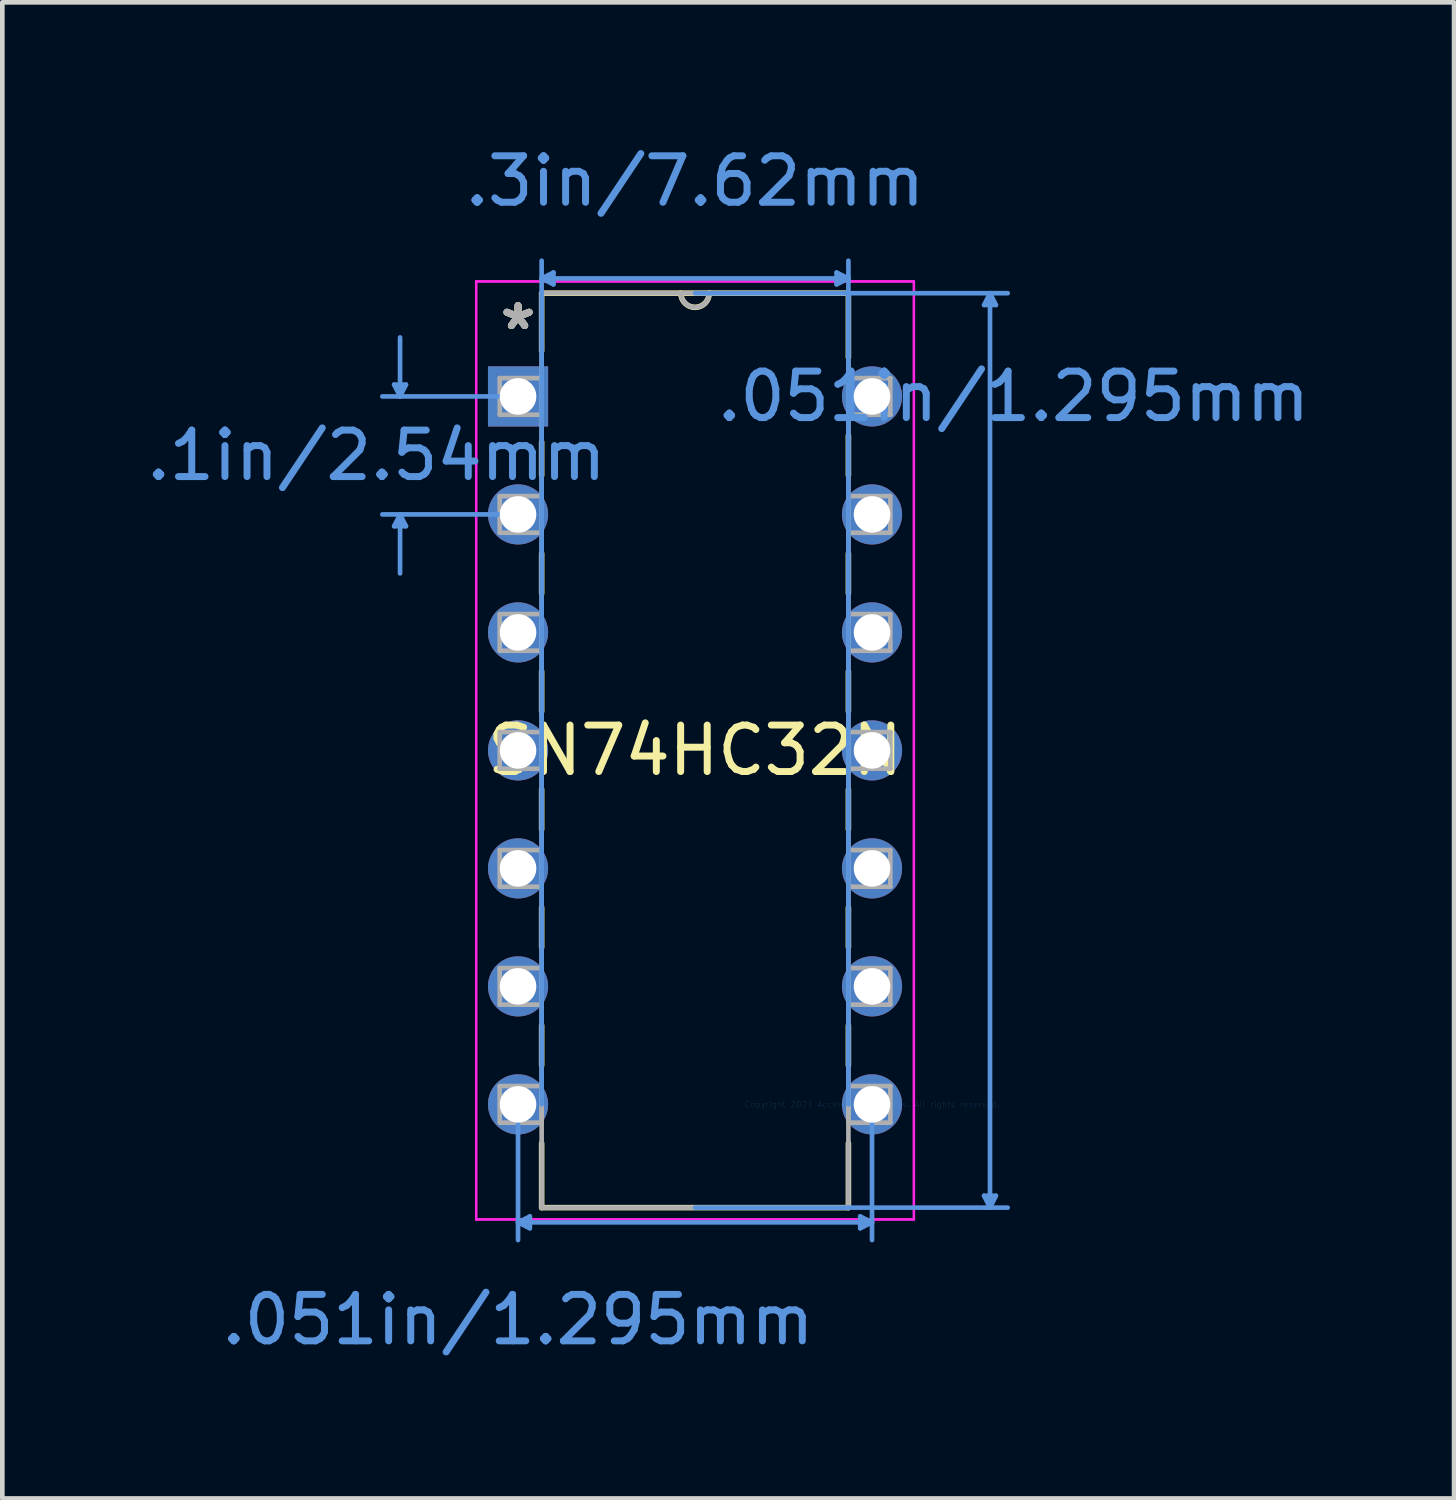
<source format=kicad_pcb>
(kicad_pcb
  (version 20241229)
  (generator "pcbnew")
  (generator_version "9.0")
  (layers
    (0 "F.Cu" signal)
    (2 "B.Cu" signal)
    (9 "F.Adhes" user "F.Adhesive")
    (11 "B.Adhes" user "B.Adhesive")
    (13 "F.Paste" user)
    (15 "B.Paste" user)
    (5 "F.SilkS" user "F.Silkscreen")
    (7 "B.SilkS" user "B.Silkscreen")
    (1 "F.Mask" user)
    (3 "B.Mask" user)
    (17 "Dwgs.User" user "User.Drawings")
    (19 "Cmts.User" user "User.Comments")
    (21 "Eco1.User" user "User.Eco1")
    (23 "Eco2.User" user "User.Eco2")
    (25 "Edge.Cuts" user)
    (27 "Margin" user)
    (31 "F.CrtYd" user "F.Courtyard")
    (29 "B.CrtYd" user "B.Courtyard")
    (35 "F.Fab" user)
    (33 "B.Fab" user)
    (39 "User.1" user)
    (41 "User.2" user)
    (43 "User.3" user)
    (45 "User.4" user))
  (footprint "SN74HC32N"
    (layer "F.Cu")
    (at 15.722 20.724)
    (property "Reference" "SN74HC32N" (at -3.81 -7.62 0) (layer "F.SilkS") (effects (font (size 1 1) (thickness 0.15))))
    (attr through_hole)
    (fp_line (start -7.112 -17.462) (end -7.112 -16.22) (stroke (width 0.12) (type solid)) (layer "F.SilkS"))
    (fp_line (start -7.112 -14.26) (end -7.112 -13.539) (stroke (width 0.12) (type solid)) (layer "F.SilkS"))
    (fp_line (start -7.112 -11.861) (end -7.112 -10.999) (stroke (width 0.12) (type solid)) (layer "F.SilkS"))
    (fp_line (start -7.112 -9.321) (end -7.112 -8.459) (stroke (width 0.12) (type solid)) (layer "F.SilkS"))
    (fp_line (start -7.112 -6.781) (end -7.112 -5.919) (stroke (width 0.12) (type solid)) (layer "F.SilkS"))
    (fp_line (start -7.112 -4.241) (end -7.112 -3.379) (stroke (width 0.12) (type solid)) (layer "F.SilkS"))
    (fp_line (start -7.112 -1.701) (end -7.112 -0.839) (stroke (width 0.12) (type solid)) (layer "F.SilkS"))
    (fp_line (start -7.112 0.839) (end -7.112 2.223) (stroke (width 0.12) (type solid)) (layer "F.SilkS"))
    (fp_line (start -7.112 2.223) (end -0.508 2.223) (stroke (width 0.12) (type solid)) (layer "F.SilkS"))
    (fp_line (start -0.508 -17.462) (end -7.112 -17.462) (stroke (width 0.12) (type solid)) (layer "F.SilkS"))
    (fp_line (start -0.508 -16.079) (end -0.508 -17.462) (stroke (width 0.12) (type solid)) (layer "F.SilkS"))
    (fp_line (start -0.508 -13.539) (end -0.508 -14.401) (stroke (width 0.12) (type solid)) (layer "F.SilkS"))
    (fp_line (start -0.508 -10.999) (end -0.508 -11.861) (stroke (width 0.12) (type solid)) (layer "F.SilkS"))
    (fp_line (start -0.508 -8.459) (end -0.508 -9.321) (stroke (width 0.12) (type solid)) (layer "F.SilkS"))
    (fp_line (start -0.508 -5.919) (end -0.508 -6.781) (stroke (width 0.12) (type solid)) (layer "F.SilkS"))
    (fp_line (start -0.508 -3.379) (end -0.508 -4.241) (stroke (width 0.12) (type solid)) (layer "F.SilkS"))
    (fp_line (start -0.508 -0.839) (end -0.508 -1.701) (stroke (width 0.12) (type solid)) (layer "F.SilkS"))
    (fp_line (start -0.508 2.223) (end -0.508 0.839) (stroke (width 0.12) (type solid)) (layer "F.SilkS"))
    (fp_arc (start -3.5052 -17.4625) (mid -3.81 -17.1577) (end -4.1148 -17.4625) (stroke (width 0.12) (type solid)) (layer "F.SilkS"))
    (fp_line (start -10.287 -15.494) (end -10.033 -15.494) (stroke (width 0.1) (type solid)) (layer "Cmts.User"))
    (fp_line (start -10.287 -12.446) (end -10.033 -12.446) (stroke (width 0.1) (type solid)) (layer "Cmts.User"))
    (fp_line (start -10.16 -15.24) (end -10.287 -15.494) (stroke (width 0.1) (type solid)) (layer "Cmts.User"))
    (fp_line (start -10.16 -15.24) (end -10.16 -16.51) (stroke (width 0.1) (type solid)) (layer "Cmts.User"))
    (fp_line (start -10.16 -15.24) (end -10.033 -15.494) (stroke (width 0.1) (type solid)) (layer "Cmts.User"))
    (fp_line (start -10.16 -12.7) (end -10.287 -12.446) (stroke (width 0.1) (type solid)) (layer "Cmts.User"))
    (fp_line (start -10.16 -12.7) (end -10.16 -11.43) (stroke (width 0.1) (type solid)) (layer "Cmts.User"))
    (fp_line (start -10.16 -12.7) (end -10.033 -12.446) (stroke (width 0.1) (type solid)) (layer "Cmts.User"))
    (fp_line (start -7.62 -15.24) (end -10.541 -15.24) (stroke (width 0.1) (type solid)) (layer "Cmts.User"))
    (fp_line (start -7.62 -12.7) (end -10.541 -12.7) (stroke (width 0.1) (type solid)) (layer "Cmts.User"))
    (fp_line (start -7.62 0) (end -7.62 2.921) (stroke (width 0.1) (type solid)) (layer "Cmts.User"))
    (fp_line (start -7.62 2.54) (end -7.366 2.413) (stroke (width 0.1) (type solid)) (layer "Cmts.User"))
    (fp_line (start -7.62 2.54) (end -7.366 2.667) (stroke (width 0.1) (type solid)) (layer "Cmts.User"))
    (fp_line (start -7.62 2.54) (end 0 2.54) (stroke (width 0.1) (type solid)) (layer "Cmts.User"))
    (fp_line (start -7.366 2.413) (end -7.366 2.667) (stroke (width 0.1) (type solid)) (layer "Cmts.User"))
    (fp_line (start -7.112 -17.78) (end -6.858 -17.907) (stroke (width 0.1) (type solid)) (layer "Cmts.User"))
    (fp_line (start -7.112 -17.78) (end -6.858 -17.653) (stroke (width 0.1) (type solid)) (layer "Cmts.User"))
    (fp_line (start -7.112 -17.78) (end -0.508 -17.78) (stroke (width 0.1) (type solid)) (layer "Cmts.User"))
    (fp_line (start -7.112 0) (end -7.112 -18.161) (stroke (width 0.1) (type solid)) (layer "Cmts.User"))
    (fp_line (start -6.858 -17.907) (end -6.858 -17.653) (stroke (width 0.1) (type solid)) (layer "Cmts.User"))
    (fp_line (start -3.81 -17.462) (end 2.921 -17.462) (stroke (width 0.1) (type solid)) (layer "Cmts.User"))
    (fp_line (start -3.81 2.223) (end 2.921 2.223) (stroke (width 0.1) (type solid)) (layer "Cmts.User"))
    (fp_line (start -0.762 -17.907) (end -0.762 -17.653) (stroke (width 0.1) (type solid)) (layer "Cmts.User"))
    (fp_line (start -0.508 -17.78) (end -0.762 -17.907) (stroke (width 0.1) (type solid)) (layer "Cmts.User"))
    (fp_line (start -0.508 -17.78) (end -0.762 -17.653) (stroke (width 0.1) (type solid)) (layer "Cmts.User"))
    (fp_line (start -0.508 0) (end -0.508 -18.161) (stroke (width 0.1) (type solid)) (layer "Cmts.User"))
    (fp_line (start -0.254 2.413) (end -0.254 2.667) (stroke (width 0.1) (type solid)) (layer "Cmts.User"))
    (fp_line (start 0 0) (end 0 2.921) (stroke (width 0.1) (type solid)) (layer "Cmts.User"))
    (fp_line (start 0 2.54) (end -0.254 2.413) (stroke (width 0.1) (type solid)) (layer "Cmts.User"))
    (fp_line (start 0 2.54) (end -0.254 2.667) (stroke (width 0.1) (type solid)) (layer "Cmts.User"))
    (fp_line (start 2.413 -17.209) (end 2.667 -17.209) (stroke (width 0.1) (type solid)) (layer "Cmts.User"))
    (fp_line (start 2.413 1.968) (end 2.667 1.968) (stroke (width 0.1) (type solid)) (layer "Cmts.User"))
    (fp_line (start 2.54 -17.462) (end 2.413 -17.209) (stroke (width 0.1) (type solid)) (layer "Cmts.User"))
    (fp_line (start 2.54 -17.462) (end 2.54 2.223) (stroke (width 0.1) (type solid)) (layer "Cmts.User"))
    (fp_line (start 2.54 -17.462) (end 2.667 -17.209) (stroke (width 0.1) (type solid)) (layer "Cmts.User"))
    (fp_line (start 2.54 2.223) (end 2.413 1.968) (stroke (width 0.1) (type solid)) (layer "Cmts.User"))
    (fp_line (start 2.54 2.223) (end 2.667 1.968) (stroke (width 0.1) (type solid)) (layer "Cmts.User"))
    (fp_line (start -8.522 -17.716) (end -8.522 2.477) (stroke (width 0.05) (type solid)) (layer "F.CrtYd"))
    (fp_line (start -8.522 -17.716) (end 0.902 -17.716) (stroke (width 0.05) (type solid)) (layer "F.CrtYd"))
    (fp_line (start -8.522 2.477) (end -8.522 -17.716) (stroke (width 0.05) (type solid)) (layer "F.CrtYd"))
    (fp_line (start -8.522 2.477) (end 0.902 2.477) (stroke (width 0.05) (type solid)) (layer "F.CrtYd"))
    (fp_line (start 0.902 -17.716) (end -8.522 -17.716) (stroke (width 0.05) (type solid)) (layer "F.CrtYd"))
    (fp_line (start 0.902 -17.716) (end 0.902 2.477) (stroke (width 0.05) (type solid)) (layer "F.CrtYd"))
    (fp_line (start 0.902 2.477) (end -8.522 2.477) (stroke (width 0.05) (type solid)) (layer "F.CrtYd"))
    (fp_line (start 0.902 2.477) (end 0.902 -17.716) (stroke (width 0.05) (type solid)) (layer "F.CrtYd"))
    (fp_line (start -8.014 -15.634) (end -8.014 -14.846) (stroke (width 0.1) (type solid)) (layer "F.Fab"))
    (fp_line (start -8.014 -14.846) (end -7.112 -14.846) (stroke (width 0.1) (type solid)) (layer "F.Fab"))
    (fp_line (start -8.014 -13.094) (end -8.014 -12.306) (stroke (width 0.1) (type solid)) (layer "F.Fab"))
    (fp_line (start -8.014 -12.306) (end -7.112 -12.306) (stroke (width 0.1) (type solid)) (layer "F.Fab"))
    (fp_line (start -8.014 -10.554) (end -8.014 -9.766) (stroke (width 0.1) (type solid)) (layer "F.Fab"))
    (fp_line (start -8.014 -9.766) (end -7.112 -9.766) (stroke (width 0.1) (type solid)) (layer "F.Fab"))
    (fp_line (start -8.014 -8.014) (end -8.014 -7.226) (stroke (width 0.1) (type solid)) (layer "F.Fab"))
    (fp_line (start -8.014 -7.226) (end -7.112 -7.226) (stroke (width 0.1) (type solid)) (layer "F.Fab"))
    (fp_line (start -8.014 -5.474) (end -8.014 -4.686) (stroke (width 0.1) (type solid)) (layer "F.Fab"))
    (fp_line (start -8.014 -4.686) (end -7.112 -4.686) (stroke (width 0.1) (type solid)) (layer "F.Fab"))
    (fp_line (start -8.014 -2.934) (end -8.014 -2.146) (stroke (width 0.1) (type solid)) (layer "F.Fab"))
    (fp_line (start -8.014 -2.146) (end -7.112 -2.146) (stroke (width 0.1) (type solid)) (layer "F.Fab"))
    (fp_line (start -8.014 -0.394) (end -8.014 0.394) (stroke (width 0.1) (type solid)) (layer "F.Fab"))
    (fp_line (start -8.014 0.394) (end -7.112 0.394) (stroke (width 0.1) (type solid)) (layer "F.Fab"))
    (fp_line (start -7.112 -17.462) (end -7.112 2.223) (stroke (width 0.1) (type solid)) (layer "F.Fab"))
    (fp_line (start -7.112 -15.634) (end -8.014 -15.634) (stroke (width 0.1) (type solid)) (layer "F.Fab"))
    (fp_line (start -7.112 -14.846) (end -7.112 -15.634) (stroke (width 0.1) (type solid)) (layer "F.Fab"))
    (fp_line (start -7.112 -13.094) (end -8.014 -13.094) (stroke (width 0.1) (type solid)) (layer "F.Fab"))
    (fp_line (start -7.112 -12.306) (end -7.112 -13.094) (stroke (width 0.1) (type solid)) (layer "F.Fab"))
    (fp_line (start -7.112 -10.554) (end -8.014 -10.554) (stroke (width 0.1) (type solid)) (layer "F.Fab"))
    (fp_line (start -7.112 -9.766) (end -7.112 -10.554) (stroke (width 0.1) (type solid)) (layer "F.Fab"))
    (fp_line (start -7.112 -8.014) (end -8.014 -8.014) (stroke (width 0.1) (type solid)) (layer "F.Fab"))
    (fp_line (start -7.112 -7.226) (end -7.112 -8.014) (stroke (width 0.1) (type solid)) (layer "F.Fab"))
    (fp_line (start -7.112 -5.474) (end -8.014 -5.474) (stroke (width 0.1) (type solid)) (layer "F.Fab"))
    (fp_line (start -7.112 -4.686) (end -7.112 -5.474) (stroke (width 0.1) (type solid)) (layer "F.Fab"))
    (fp_line (start -7.112 -2.934) (end -8.014 -2.934) (stroke (width 0.1) (type solid)) (layer "F.Fab"))
    (fp_line (start -7.112 -2.146) (end -7.112 -2.934) (stroke (width 0.1) (type solid)) (layer "F.Fab"))
    (fp_line (start -7.112 -0.394) (end -8.014 -0.394) (stroke (width 0.1) (type solid)) (layer "F.Fab"))
    (fp_line (start -7.112 0.394) (end -7.112 -0.394) (stroke (width 0.1) (type solid)) (layer "F.Fab"))
    (fp_line (start -7.112 2.223) (end -0.508 2.223) (stroke (width 0.1) (type solid)) (layer "F.Fab"))
    (fp_line (start -0.508 -17.462) (end -7.112 -17.462) (stroke (width 0.1) (type solid)) (layer "F.Fab"))
    (fp_line (start -0.508 -15.634) (end -0.508 -14.846) (stroke (width 0.1) (type solid)) (layer "F.Fab"))
    (fp_line (start -0.508 -14.846) (end 0.394 -14.846) (stroke (width 0.1) (type solid)) (layer "F.Fab"))
    (fp_line (start -0.508 -13.094) (end -0.508 -12.306) (stroke (width 0.1) (type solid)) (layer "F.Fab"))
    (fp_line (start -0.508 -12.306) (end 0.394 -12.306) (stroke (width 0.1) (type solid)) (layer "F.Fab"))
    (fp_line (start -0.508 -10.554) (end -0.508 -9.766) (stroke (width 0.1) (type solid)) (layer "F.Fab"))
    (fp_line (start -0.508 -9.766) (end 0.394 -9.766) (stroke (width 0.1) (type solid)) (layer "F.Fab"))
    (fp_line (start -0.508 -8.014) (end -0.508 -7.226) (stroke (width 0.1) (type solid)) (layer "F.Fab"))
    (fp_line (start -0.508 -7.226) (end 0.394 -7.226) (stroke (width 0.1) (type solid)) (layer "F.Fab"))
    (fp_line (start -0.508 -5.474) (end -0.508 -4.686) (stroke (width 0.1) (type solid)) (layer "F.Fab"))
    (fp_line (start -0.508 -4.686) (end 0.394 -4.686) (stroke (width 0.1) (type solid)) (layer "F.Fab"))
    (fp_line (start -0.508 -2.934) (end -0.508 -2.146) (stroke (width 0.1) (type solid)) (layer "F.Fab"))
    (fp_line (start -0.508 -2.146) (end 0.394 -2.146) (stroke (width 0.1) (type solid)) (layer "F.Fab"))
    (fp_line (start -0.508 -0.394) (end -0.508 0.394) (stroke (width 0.1) (type solid)) (layer "F.Fab"))
    (fp_line (start -0.508 0.394) (end 0.394 0.394) (stroke (width 0.1) (type solid)) (layer "F.Fab"))
    (fp_line (start -0.508 2.223) (end -0.508 -17.462) (stroke (width 0.1) (type solid)) (layer "F.Fab"))
    (fp_line (start 0.394 -15.634) (end -0.508 -15.634) (stroke (width 0.1) (type solid)) (layer "F.Fab"))
    (fp_line (start 0.394 -14.846) (end 0.394 -15.634) (stroke (width 0.1) (type solid)) (layer "F.Fab"))
    (fp_line (start 0.394 -13.094) (end -0.508 -13.094) (stroke (width 0.1) (type solid)) (layer "F.Fab"))
    (fp_line (start 0.394 -12.306) (end 0.394 -13.094) (stroke (width 0.1) (type solid)) (layer "F.Fab"))
    (fp_line (start 0.394 -10.554) (end -0.508 -10.554) (stroke (width 0.1) (type solid)) (layer "F.Fab"))
    (fp_line (start 0.394 -9.766) (end 0.394 -10.554) (stroke (width 0.1) (type solid)) (layer "F.Fab"))
    (fp_line (start 0.394 -8.014) (end -0.508 -8.014) (stroke (width 0.1) (type solid)) (layer "F.Fab"))
    (fp_line (start 0.394 -7.226) (end 0.394 -8.014) (stroke (width 0.1) (type solid)) (layer "F.Fab"))
    (fp_line (start 0.394 -5.474) (end -0.508 -5.474) (stroke (width 0.1) (type solid)) (layer "F.Fab"))
    (fp_line (start 0.394 -4.686) (end 0.394 -5.474) (stroke (width 0.1) (type solid)) (layer "F.Fab"))
    (fp_line (start 0.394 -2.934) (end -0.508 -2.934) (stroke (width 0.1) (type solid)) (layer "F.Fab"))
    (fp_line (start 0.394 -2.146) (end 0.394 -2.934) (stroke (width 0.1) (type solid)) (layer "F.Fab"))
    (fp_line (start 0.394 -0.394) (end -0.508 -0.394) (stroke (width 0.1) (type solid)) (layer "F.Fab"))
    (fp_line (start 0.394 0.394) (end 0.394 -0.394) (stroke (width 0.1) (type solid)) (layer "F.Fab"))
    (fp_arc (start -3.5052 -17.4625) (mid -3.81 -17.1577) (end -4.1148 -17.4625) (stroke (width 0.1) (type solid)) (layer "F.Fab"))
    (fp_text user "*" (at -7.62 -16.65 0) (layer "F.SilkS") (effects (font (size 1 1) (thickness 0.15))))
    (fp_text user "*" (at -7.62 -16.65 0) (layer "F.SilkS") (effects (font (size 1 1) (thickness 0.15))))
    (fp_text user ".051in/1.295mm" (at -7.62 4.636 0) (layer "Cmts.User") (effects (font (size 1 1) (thickness 0.15))))
    (fp_text user "Copyright 2021 Accelerated Designs. All rights reserved." (at 0 0 0) (layer "Cmts.User") (effects (font (size 0.127 0.127) (thickness 0.002))))
    (fp_text user ".051in/1.295mm" (at 3.048 -15.24 0) (layer "Cmts.User") (effects (font (size 1 1) (thickness 0.15))))
    (fp_text user ".1in/2.54mm" (at -10.668 -13.97 0) (layer "Cmts.User") (effects (font (size 1 1) (thickness 0.15))))
    (fp_text user ".3in/7.62mm" (at -3.81 -19.875 0) (layer "Cmts.User") (effects (font (size 1 1) (thickness 0.15))))
    (fp_text user "*" (at -7.62 -16.65 0) (layer "F.Fab") (effects (font (size 1 1) (thickness 0.15))))
    (fp_text user "*" (at -7.62 -16.65 0) (layer "F.Fab") (effects (font (size 1 1) (thickness 0.15))))
    (pad "1" thru_hole rect (at -7.62 -15.24) (size 1.295 1.295) (drill 0.787) (layers "*.Cu" "*.Mask"))
    (pad "2" thru_hole circle (at -7.62 -12.7) (size 1.295 1.295) (drill 0.787) (layers "*.Cu" "*.Mask"))
    (pad "3" thru_hole circle (at -7.62 -10.16) (size 1.295 1.295) (drill 0.787) (layers "*.Cu" "*.Mask"))
    (pad "4" thru_hole circle (at -7.62 -7.62) (size 1.295 1.295) (drill 0.787) (layers "*.Cu" "*.Mask"))
    (pad "5" thru_hole circle (at -7.62 -5.08) (size 1.295 1.295) (drill 0.787) (layers "*.Cu" "*.Mask"))
    (pad "6" thru_hole circle (at -7.62 -2.54) (size 1.295 1.295) (drill 0.787) (layers "*.Cu" "*.Mask"))
    (pad "7" thru_hole circle (at -7.62 0) (size 1.295 1.295) (drill 0.787) (layers "*.Cu" "*.Mask"))
    (pad "8" thru_hole circle (at 0 0) (size 1.295 1.295) (drill 0.787) (layers "*.Cu" "*.Mask"))
    (pad "9" thru_hole circle (at 0 -2.54) (size 1.295 1.295) (drill 0.787) (layers "*.Cu" "*.Mask"))
    (pad "10" thru_hole circle (at 0 -5.08) (size 1.295 1.295) (drill 0.787) (layers "*.Cu" "*.Mask"))
    (pad "11" thru_hole circle (at 0 -7.62) (size 1.295 1.295) (drill 0.787) (layers "*.Cu" "*.Mask"))
    (pad "12" thru_hole circle (at 0 -10.16) (size 1.295 1.295) (drill 0.787) (layers "*.Cu" "*.Mask"))
    (pad "13" thru_hole circle (at 0 -12.7) (size 1.295 1.295) (drill 0.787) (layers "*.Cu" "*.Mask"))
    (pad "14" thru_hole circle (at 0 -15.24) (size 1.295 1.295) (drill 0.787) (layers "*.Cu" "*.Mask")))
  (gr_rect
    (start -3 -3)
    (end 28.252 29.207)
    (stroke (width 0.1) (type default))
    (fill no)
    (layer "Edge.Cuts")))
</source>
